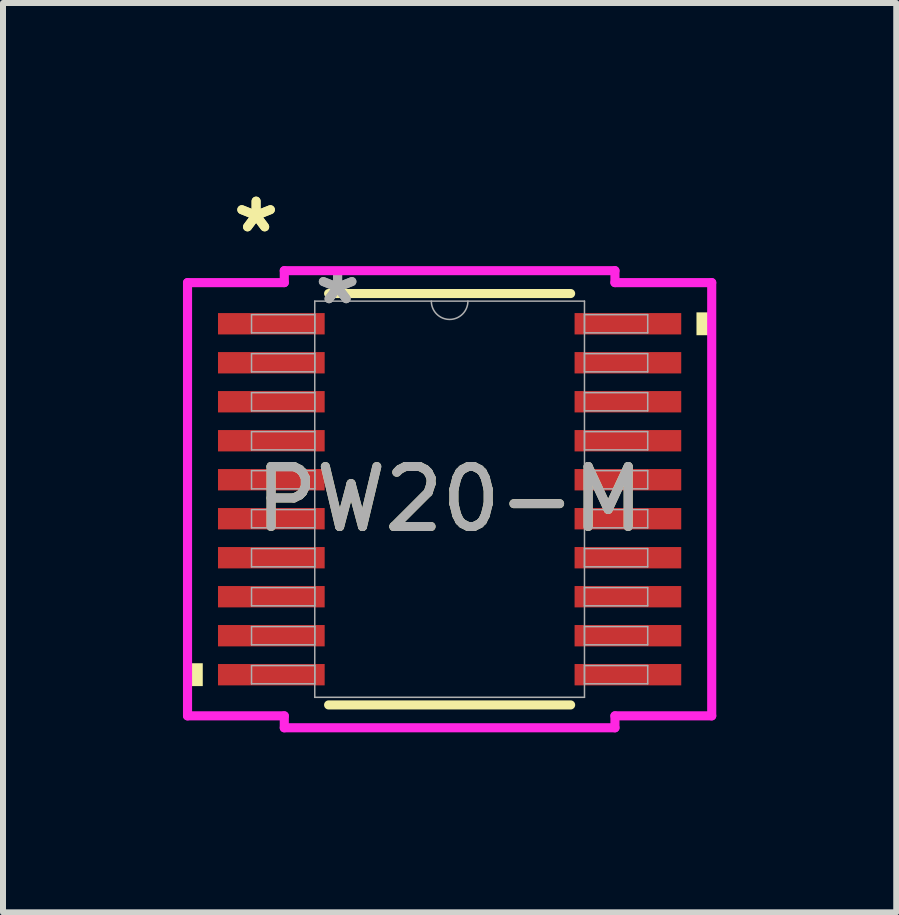
<source format=kicad_pcb>
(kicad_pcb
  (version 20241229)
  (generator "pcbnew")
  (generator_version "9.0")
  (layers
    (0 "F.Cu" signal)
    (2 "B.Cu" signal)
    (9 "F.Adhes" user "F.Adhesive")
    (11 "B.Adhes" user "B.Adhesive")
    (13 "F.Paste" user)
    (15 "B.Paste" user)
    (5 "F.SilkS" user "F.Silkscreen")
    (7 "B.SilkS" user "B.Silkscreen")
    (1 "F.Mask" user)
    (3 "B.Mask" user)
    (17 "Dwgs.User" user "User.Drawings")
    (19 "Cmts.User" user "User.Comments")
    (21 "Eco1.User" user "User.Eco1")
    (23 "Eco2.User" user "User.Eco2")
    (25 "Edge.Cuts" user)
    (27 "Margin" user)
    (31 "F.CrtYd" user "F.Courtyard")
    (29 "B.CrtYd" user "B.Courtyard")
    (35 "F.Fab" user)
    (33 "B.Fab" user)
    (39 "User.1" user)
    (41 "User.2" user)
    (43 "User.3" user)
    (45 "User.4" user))
  (footprint "PW20-M"
    (layer "F.Cu")
    (at 4.445 5.272)
    (property "Reference" "PW20-M" (at 0 0 0) (unlocked yes) (layer "F.SilkS") (effects (font (size 1 1) (thickness 0.15))))
    (attr smd)
    (fp_line (start -2.017 3.429) (end 2.017 3.429) (stroke (width 0.152) (type solid)) (layer "F.SilkS"))
    (fp_line (start 2.017 -3.429) (end -2.017 -3.429) (stroke (width 0.152) (type solid)) (layer "F.SilkS"))
    (fp_poly (pts (xy -4.369 2.734) (xy -4.369 3.115) (xy -4.115 3.115) (xy -4.115 2.734)) (stroke (width 0) (type solid)) (fill yes) (layer "F.SilkS"))
    (fp_poly (pts (xy 4.369 -3.115) (xy 4.369 -2.734) (xy 4.115 -2.734) (xy 4.115 -3.115)) (stroke (width 0) (type solid)) (fill yes) (layer "F.SilkS"))
    (fp_line (start -4.369 -3.611) (end -2.756 -3.611) (stroke (width 0.152) (type solid)) (layer "F.CrtYd"))
    (fp_line (start -4.369 3.611) (end -4.369 -3.611) (stroke (width 0.152) (type solid)) (layer "F.CrtYd"))
    (fp_line (start -4.369 3.611) (end -2.756 3.611) (stroke (width 0.152) (type solid)) (layer "F.CrtYd"))
    (fp_line (start -2.756 -3.81) (end 2.756 -3.81) (stroke (width 0.152) (type solid)) (layer "F.CrtYd"))
    (fp_line (start -2.756 -3.611) (end -2.756 -3.81) (stroke (width 0.152) (type solid)) (layer "F.CrtYd"))
    (fp_line (start -2.756 3.81) (end -2.756 3.611) (stroke (width 0.152) (type solid)) (layer "F.CrtYd"))
    (fp_line (start 2.756 -3.81) (end 2.756 -3.611) (stroke (width 0.152) (type solid)) (layer "F.CrtYd"))
    (fp_line (start 2.756 3.611) (end 2.756 3.81) (stroke (width 0.152) (type solid)) (layer "F.CrtYd"))
    (fp_line (start 2.756 3.81) (end -2.756 3.81) (stroke (width 0.152) (type solid)) (layer "F.CrtYd"))
    (fp_line (start 4.369 -3.611) (end 2.756 -3.611) (stroke (width 0.152) (type solid)) (layer "F.CrtYd"))
    (fp_line (start 4.369 -3.611) (end 4.369 3.611) (stroke (width 0.152) (type solid)) (layer "F.CrtYd"))
    (fp_line (start 4.369 3.611) (end 2.756 3.611) (stroke (width 0.152) (type solid)) (layer "F.CrtYd"))
    (fp_line (start -3.302 -3.077) (end -3.302 -2.773) (stroke (width 0.025) (type solid)) (layer "F.Fab"))
    (fp_line (start -3.302 -2.773) (end -2.248 -2.773) (stroke (width 0.025) (type solid)) (layer "F.Fab"))
    (fp_line (start -3.302 -2.427) (end -3.302 -2.123) (stroke (width 0.025) (type solid)) (layer "F.Fab"))
    (fp_line (start -3.302 -2.123) (end -2.248 -2.123) (stroke (width 0.025) (type solid)) (layer "F.Fab"))
    (fp_line (start -3.302 -1.777) (end -3.302 -1.473) (stroke (width 0.025) (type solid)) (layer "F.Fab"))
    (fp_line (start -3.302 -1.473) (end -2.248 -1.473) (stroke (width 0.025) (type solid)) (layer "F.Fab"))
    (fp_line (start -3.302 -1.127) (end -3.302 -0.823) (stroke (width 0.025) (type solid)) (layer "F.Fab"))
    (fp_line (start -3.302 -0.823) (end -2.248 -0.823) (stroke (width 0.025) (type solid)) (layer "F.Fab"))
    (fp_line (start -3.302 -0.477) (end -3.302 -0.173) (stroke (width 0.025) (type solid)) (layer "F.Fab"))
    (fp_line (start -3.302 -0.173) (end -2.248 -0.173) (stroke (width 0.025) (type solid)) (layer "F.Fab"))
    (fp_line (start -3.302 0.173) (end -3.302 0.477) (stroke (width 0.025) (type solid)) (layer "F.Fab"))
    (fp_line (start -3.302 0.477) (end -2.248 0.477) (stroke (width 0.025) (type solid)) (layer "F.Fab"))
    (fp_line (start -3.302 0.823) (end -3.302 1.127) (stroke (width 0.025) (type solid)) (layer "F.Fab"))
    (fp_line (start -3.302 1.127) (end -2.248 1.127) (stroke (width 0.025) (type solid)) (layer "F.Fab"))
    (fp_line (start -3.302 1.473) (end -3.302 1.777) (stroke (width 0.025) (type solid)) (layer "F.Fab"))
    (fp_line (start -3.302 1.777) (end -2.248 1.777) (stroke (width 0.025) (type solid)) (layer "F.Fab"))
    (fp_line (start -3.302 2.123) (end -3.302 2.427) (stroke (width 0.025) (type solid)) (layer "F.Fab"))
    (fp_line (start -3.302 2.427) (end -2.248 2.427) (stroke (width 0.025) (type solid)) (layer "F.Fab"))
    (fp_line (start -3.302 2.773) (end -3.302 3.077) (stroke (width 0.025) (type solid)) (layer "F.Fab"))
    (fp_line (start -3.302 3.077) (end -2.248 3.077) (stroke (width 0.025) (type solid)) (layer "F.Fab"))
    (fp_line (start -2.248 -3.302) (end -2.248 3.302) (stroke (width 0.025) (type solid)) (layer "F.Fab"))
    (fp_line (start -2.248 -3.077) (end -3.302 -3.077) (stroke (width 0.025) (type solid)) (layer "F.Fab"))
    (fp_line (start -2.248 -2.773) (end -2.248 -3.077) (stroke (width 0.025) (type solid)) (layer "F.Fab"))
    (fp_line (start -2.248 -2.427) (end -3.302 -2.427) (stroke (width 0.025) (type solid)) (layer "F.Fab"))
    (fp_line (start -2.248 -2.123) (end -2.248 -2.427) (stroke (width 0.025) (type solid)) (layer "F.Fab"))
    (fp_line (start -2.248 -1.777) (end -3.302 -1.777) (stroke (width 0.025) (type solid)) (layer "F.Fab"))
    (fp_line (start -2.248 -1.473) (end -2.248 -1.777) (stroke (width 0.025) (type solid)) (layer "F.Fab"))
    (fp_line (start -2.248 -1.127) (end -3.302 -1.127) (stroke (width 0.025) (type solid)) (layer "F.Fab"))
    (fp_line (start -2.248 -0.823) (end -2.248 -1.127) (stroke (width 0.025) (type solid)) (layer "F.Fab"))
    (fp_line (start -2.248 -0.477) (end -3.302 -0.477) (stroke (width 0.025) (type solid)) (layer "F.Fab"))
    (fp_line (start -2.248 -0.173) (end -2.248 -0.477) (stroke (width 0.025) (type solid)) (layer "F.Fab"))
    (fp_line (start -2.248 0.173) (end -3.302 0.173) (stroke (width 0.025) (type solid)) (layer "F.Fab"))
    (fp_line (start -2.248 0.477) (end -2.248 0.173) (stroke (width 0.025) (type solid)) (layer "F.Fab"))
    (fp_line (start -2.248 0.823) (end -3.302 0.823) (stroke (width 0.025) (type solid)) (layer "F.Fab"))
    (fp_line (start -2.248 1.127) (end -2.248 0.823) (stroke (width 0.025) (type solid)) (layer "F.Fab"))
    (fp_line (start -2.248 1.473) (end -3.302 1.473) (stroke (width 0.025) (type solid)) (layer "F.Fab"))
    (fp_line (start -2.248 1.777) (end -2.248 1.473) (stroke (width 0.025) (type solid)) (layer "F.Fab"))
    (fp_line (start -2.248 2.123) (end -3.302 2.123) (stroke (width 0.025) (type solid)) (layer "F.Fab"))
    (fp_line (start -2.248 2.427) (end -2.248 2.123) (stroke (width 0.025) (type solid)) (layer "F.Fab"))
    (fp_line (start -2.248 2.773) (end -3.302 2.773) (stroke (width 0.025) (type solid)) (layer "F.Fab"))
    (fp_line (start -2.248 3.077) (end -2.248 2.773) (stroke (width 0.025) (type solid)) (layer "F.Fab"))
    (fp_line (start -2.248 3.302) (end 2.248 3.302) (stroke (width 0.025) (type solid)) (layer "F.Fab"))
    (fp_line (start 2.248 -3.302) (end -2.248 -3.302) (stroke (width 0.025) (type solid)) (layer "F.Fab"))
    (fp_line (start 2.248 -3.077) (end 2.248 -2.773) (stroke (width 0.025) (type solid)) (layer "F.Fab"))
    (fp_line (start 2.248 -2.773) (end 3.302 -2.773) (stroke (width 0.025) (type solid)) (layer "F.Fab"))
    (fp_line (start 2.248 -2.427) (end 2.248 -2.123) (stroke (width 0.025) (type solid)) (layer "F.Fab"))
    (fp_line (start 2.248 -2.123) (end 3.302 -2.123) (stroke (width 0.025) (type solid)) (layer "F.Fab"))
    (fp_line (start 2.248 -1.777) (end 2.248 -1.473) (stroke (width 0.025) (type solid)) (layer "F.Fab"))
    (fp_line (start 2.248 -1.473) (end 3.302 -1.473) (stroke (width 0.025) (type solid)) (layer "F.Fab"))
    (fp_line (start 2.248 -1.127) (end 2.248 -0.823) (stroke (width 0.025) (type solid)) (layer "F.Fab"))
    (fp_line (start 2.248 -0.823) (end 3.302 -0.823) (stroke (width 0.025) (type solid)) (layer "F.Fab"))
    (fp_line (start 2.248 -0.477) (end 2.248 -0.173) (stroke (width 0.025) (type solid)) (layer "F.Fab"))
    (fp_line (start 2.248 -0.173) (end 3.302 -0.173) (stroke (width 0.025) (type solid)) (layer "F.Fab"))
    (fp_line (start 2.248 0.173) (end 2.248 0.477) (stroke (width 0.025) (type solid)) (layer "F.Fab"))
    (fp_line (start 2.248 0.477) (end 3.302 0.477) (stroke (width 0.025) (type solid)) (layer "F.Fab"))
    (fp_line (start 2.248 0.823) (end 2.248 1.127) (stroke (width 0.025) (type solid)) (layer "F.Fab"))
    (fp_line (start 2.248 1.127) (end 3.302 1.127) (stroke (width 0.025) (type solid)) (layer "F.Fab"))
    (fp_line (start 2.248 1.473) (end 2.248 1.777) (stroke (width 0.025) (type solid)) (layer "F.Fab"))
    (fp_line (start 2.248 1.777) (end 3.302 1.777) (stroke (width 0.025) (type solid)) (layer "F.Fab"))
    (fp_line (start 2.248 2.123) (end 2.248 2.427) (stroke (width 0.025) (type solid)) (layer "F.Fab"))
    (fp_line (start 2.248 2.427) (end 3.302 2.427) (stroke (width 0.025) (type solid)) (layer "F.Fab"))
    (fp_line (start 2.248 2.773) (end 2.248 3.077) (stroke (width 0.025) (type solid)) (layer "F.Fab"))
    (fp_line (start 2.248 3.077) (end 3.302 3.077) (stroke (width 0.025) (type solid)) (layer "F.Fab"))
    (fp_line (start 2.248 3.302) (end 2.248 -3.302) (stroke (width 0.025) (type solid)) (layer "F.Fab"))
    (fp_line (start 3.302 -3.077) (end 2.248 -3.077) (stroke (width 0.025) (type solid)) (layer "F.Fab"))
    (fp_line (start 3.302 -2.773) (end 3.302 -3.077) (stroke (width 0.025) (type solid)) (layer "F.Fab"))
    (fp_line (start 3.302 -2.427) (end 2.248 -2.427) (stroke (width 0.025) (type solid)) (layer "F.Fab"))
    (fp_line (start 3.302 -2.123) (end 3.302 -2.427) (stroke (width 0.025) (type solid)) (layer "F.Fab"))
    (fp_line (start 3.302 -1.777) (end 2.248 -1.777) (stroke (width 0.025) (type solid)) (layer "F.Fab"))
    (fp_line (start 3.302 -1.473) (end 3.302 -1.777) (stroke (width 0.025) (type solid)) (layer "F.Fab"))
    (fp_line (start 3.302 -1.127) (end 2.248 -1.127) (stroke (width 0.025) (type solid)) (layer "F.Fab"))
    (fp_line (start 3.302 -0.823) (end 3.302 -1.127) (stroke (width 0.025) (type solid)) (layer "F.Fab"))
    (fp_line (start 3.302 -0.477) (end 2.248 -0.477) (stroke (width 0.025) (type solid)) (layer "F.Fab"))
    (fp_line (start 3.302 -0.173) (end 3.302 -0.477) (stroke (width 0.025) (type solid)) (layer "F.Fab"))
    (fp_line (start 3.302 0.173) (end 2.248 0.173) (stroke (width 0.025) (type solid)) (layer "F.Fab"))
    (fp_line (start 3.302 0.477) (end 3.302 0.173) (stroke (width 0.025) (type solid)) (layer "F.Fab"))
    (fp_line (start 3.302 0.823) (end 2.248 0.823) (stroke (width 0.025) (type solid)) (layer "F.Fab"))
    (fp_line (start 3.302 1.127) (end 3.302 0.823) (stroke (width 0.025) (type solid)) (layer "F.Fab"))
    (fp_line (start 3.302 1.473) (end 2.248 1.473) (stroke (width 0.025) (type solid)) (layer "F.Fab"))
    (fp_line (start 3.302 1.777) (end 3.302 1.473) (stroke (width 0.025) (type solid)) (layer "F.Fab"))
    (fp_line (start 3.302 2.123) (end 2.248 2.123) (stroke (width 0.025) (type solid)) (layer "F.Fab"))
    (fp_line (start 3.302 2.427) (end 3.302 2.123) (stroke (width 0.025) (type solid)) (layer "F.Fab"))
    (fp_line (start 3.302 2.773) (end 2.248 2.773) (stroke (width 0.025) (type solid)) (layer "F.Fab"))
    (fp_line (start 3.302 3.077) (end 3.302 2.773) (stroke (width 0.025) (type solid)) (layer "F.Fab"))
    (fp_arc (start 0.3048 -3.302) (mid 0 -2.9972) (end -0.3048 -3.302) (stroke (width 0.0254) (type solid)) (layer "F.Fab"))
    (fp_text user "*" (at -3.226 -4.424 0) (unlocked yes) (layer "F.SilkS") (effects (font (size 1 1) (thickness 0.15))))
    (fp_text user "*" (at -3.226 -4.424 0) (layer "F.SilkS") (effects (font (size 1 1) (thickness 0.15))))
    (fp_text user "*" (at -1.867 -3.226 0) (layer "F.Fab") (effects (font (size 1 1) (thickness 0.15))))
    (fp_text user "*" (at -1.867 -3.226 0) (unlocked yes) (layer "F.Fab") (effects (font (size 1 1) (thickness 0.15))))
    (fp_text user "${REFERENCE}" (at 0 0 0) (unlocked yes) (layer "F.Fab") (effects (font (size 1 1) (thickness 0.15))))
    (pad "1" smd rect (at -2.972 -2.925) (size 1.778 0.356) (layers "F.Cu" "F.Mask" "F.Paste"))
    (pad "2" smd rect (at -2.972 -2.275) (size 1.778 0.356) (layers "F.Cu" "F.Mask" "F.Paste"))
    (pad "3" smd rect (at -2.972 -1.625) (size 1.778 0.356) (layers "F.Cu" "F.Mask" "F.Paste"))
    (pad "4" smd rect (at -2.972 -0.975) (size 1.778 0.356) (layers "F.Cu" "F.Mask" "F.Paste"))
    (pad "5" smd rect (at -2.972 -0.325) (size 1.778 0.356) (layers "F.Cu" "F.Mask" "F.Paste"))
    (pad "6" smd rect (at -2.972 0.325) (size 1.778 0.356) (layers "F.Cu" "F.Mask" "F.Paste"))
    (pad "7" smd rect (at -2.972 0.975) (size 1.778 0.356) (layers "F.Cu" "F.Mask" "F.Paste"))
    (pad "8" smd rect (at -2.972 1.625) (size 1.778 0.356) (layers "F.Cu" "F.Mask" "F.Paste"))
    (pad "9" smd rect (at -2.972 2.275) (size 1.778 0.356) (layers "F.Cu" "F.Mask" "F.Paste"))
    (pad "10" smd rect (at -2.972 2.925) (size 1.778 0.356) (layers "F.Cu" "F.Mask" "F.Paste"))
    (pad "11" smd rect (at 2.972 2.925) (size 1.778 0.356) (layers "F.Cu" "F.Mask" "F.Paste"))
    (pad "12" smd rect (at 2.972 2.275) (size 1.778 0.356) (layers "F.Cu" "F.Mask" "F.Paste"))
    (pad "13" smd rect (at 2.972 1.625) (size 1.778 0.356) (layers "F.Cu" "F.Mask" "F.Paste"))
    (pad "14" smd rect (at 2.972 0.975) (size 1.778 0.356) (layers "F.Cu" "F.Mask" "F.Paste"))
    (pad "15" smd rect (at 2.972 0.325) (size 1.778 0.356) (layers "F.Cu" "F.Mask" "F.Paste"))
    (pad "16" smd rect (at 2.972 -0.325) (size 1.778 0.356) (layers "F.Cu" "F.Mask" "F.Paste"))
    (pad "17" smd rect (at 2.972 -0.975) (size 1.778 0.356) (layers "F.Cu" "F.Mask" "F.Paste"))
    (pad "18" smd rect (at 2.972 -1.625) (size 1.778 0.356) (layers "F.Cu" "F.Mask" "F.Paste"))
    (pad "19" smd rect (at 2.972 -2.275) (size 1.778 0.356) (layers "F.Cu" "F.Mask" "F.Paste"))
    (pad "20" smd rect (at 2.972 -2.925) (size 1.778 0.356) (layers "F.Cu" "F.Mask" "F.Paste")))
  (gr_rect
    (start -3 -3)
    (end 11.89 12.158)
    (stroke (width 0.1) (type default))
    (fill no)
    (layer "Edge.Cuts")))
</source>
